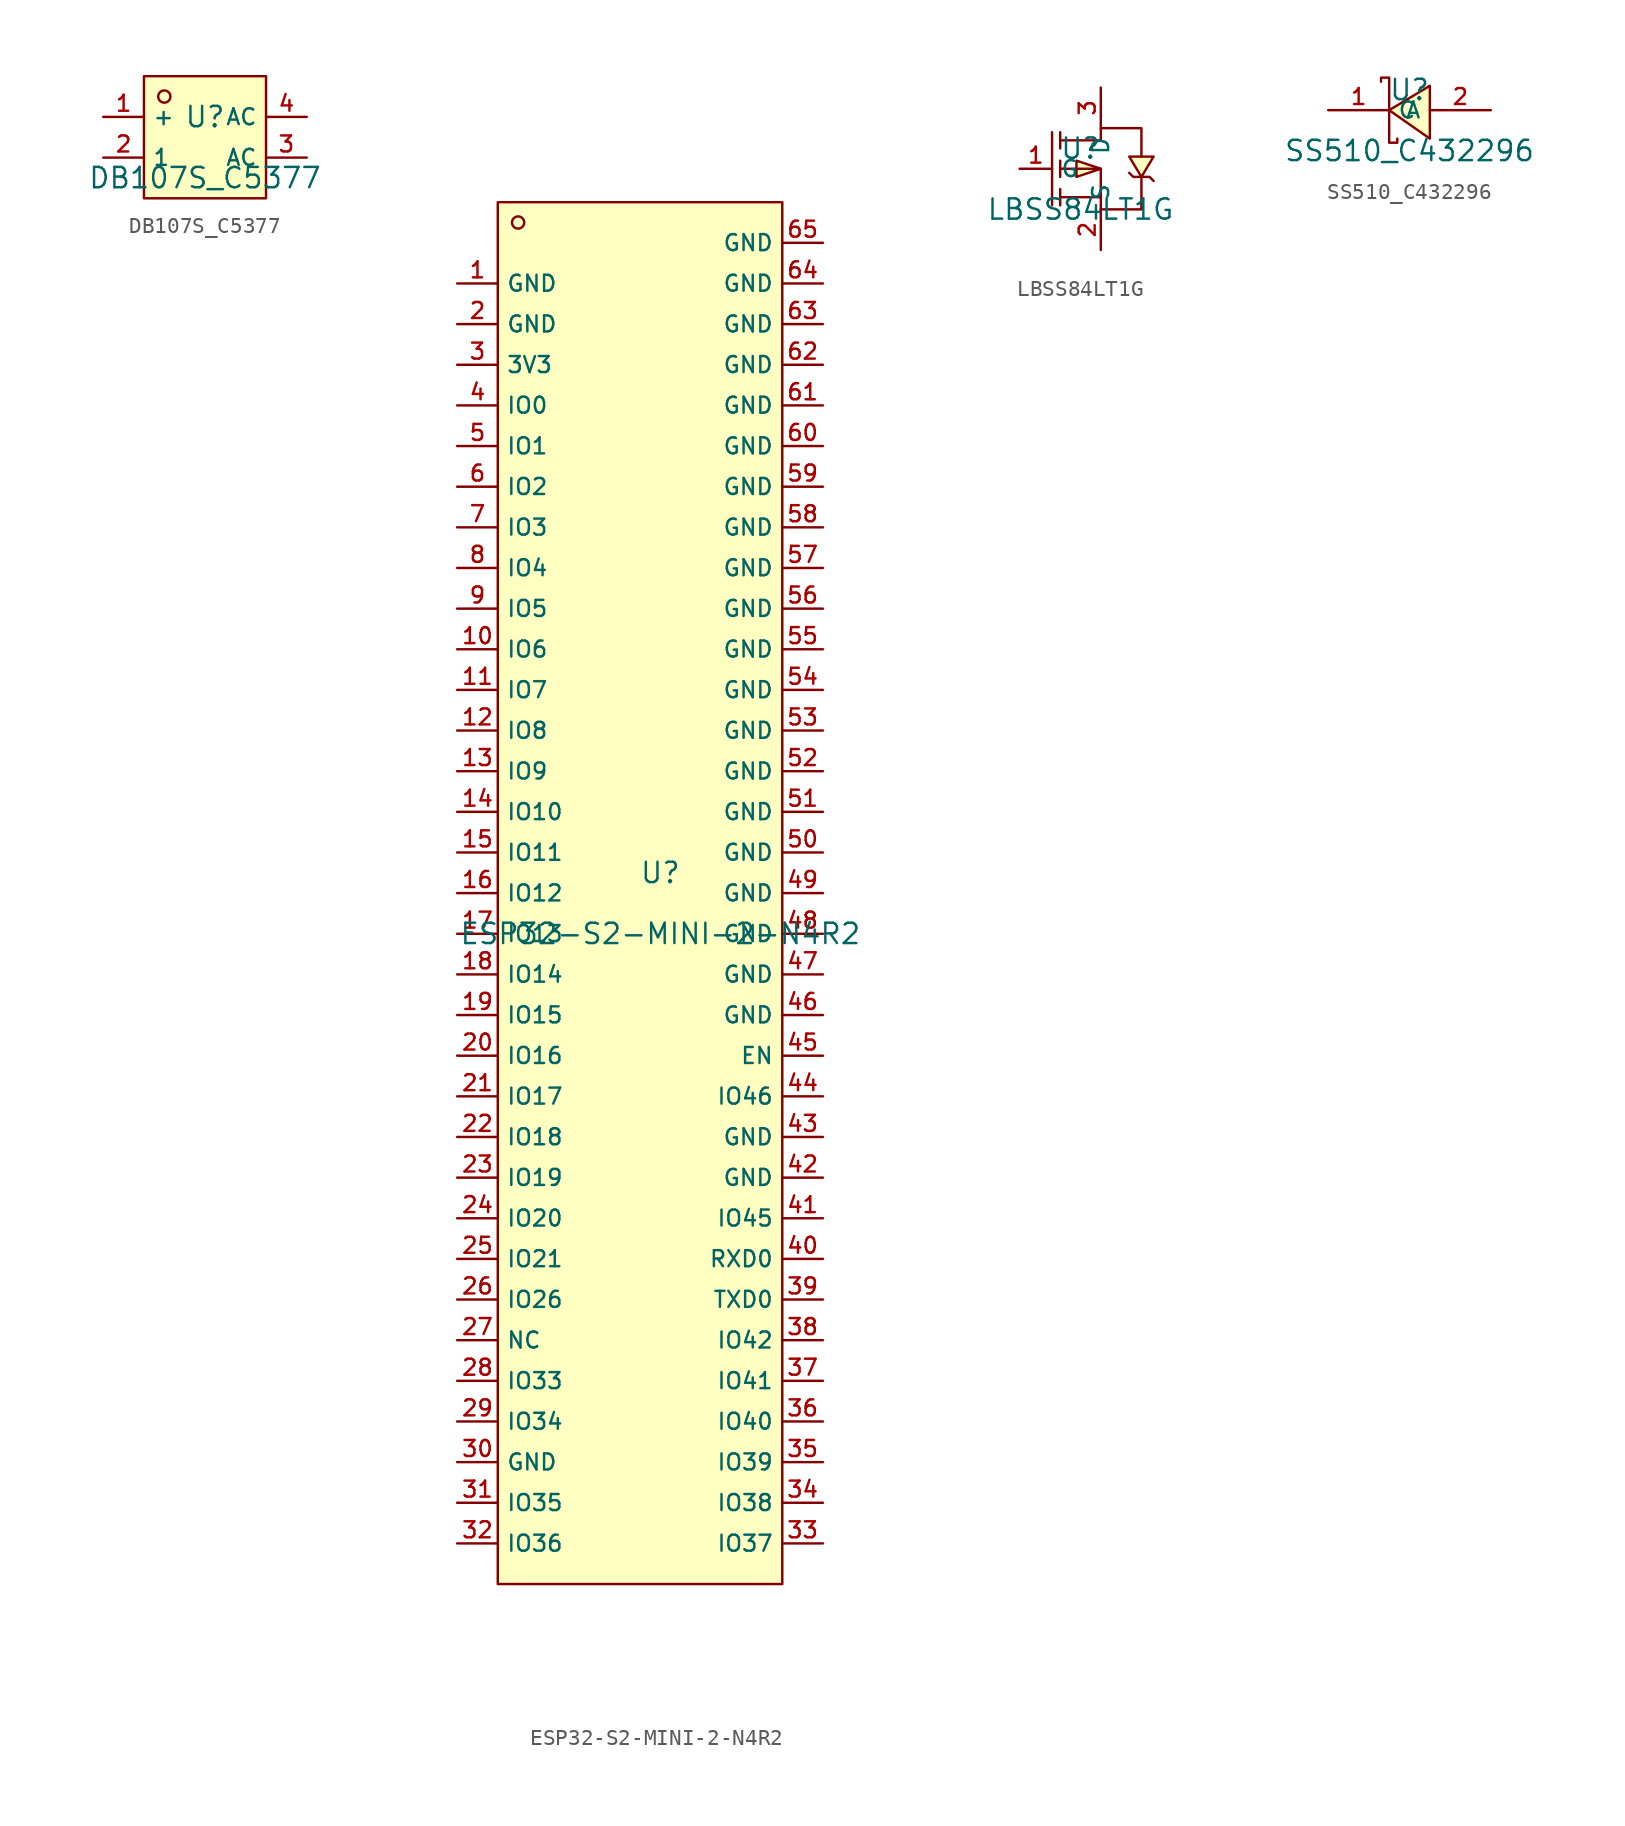
<source format=kicad_sym>
(kicad_symbol_lib
  (version 20210201)
  (generator TousstNicolas/JLC2KiCad_lib)
  (symbol "DB107S_C5377"
    (property "Reference" "U"
      (at 0 1.27 0)
      (effects (font (size 1.27 1.27))))
    (property "Value" "DB107S_C5377"
      (at 0 -2.54 0)
      (effects (font (size 1.27 1.27))))
    (symbol "DB107S_C5377_0_1"
      (rectangle (start -3.81 3.81) (end 3.81 -3.81) (stroke (width 0) (type default) (color 0 0 0 0)) (fill (type background)))
      (circle (center -2.54 2.54) (radius 0.381) (stroke (width 0) (type default) (color 0 0 0 0)) (fill (type background)))
      (pin unspecified line (at -6.35 1.27 0) (length 2.54) (name "+" (effects (font (size 1 1)))) (number "1" (effects (font (size 1 1)))))
      (pin unspecified line (at -6.35 -1.27 0) (length 2.54) (name "1" (effects (font (size 1 1)))) (number "2" (effects (font (size 1 1)))))
      (pin unspecified line (at 6.35 -1.27 180) (length 2.54) (name "AC" (effects (font (size 1 1)))) (number "3" (effects (font (size 1 1)))))
      (pin unspecified line (at 6.35 1.27 180) (length 2.54) (name "AC" (effects (font (size 1 1)))) (number "4" (effects (font (size 1 1)))))))
  (symbol "ESP32-S2-MINI-2-N4R2"
    (property "Reference" "U"
      (at 0 1.27 0)
      (effects (font (size 1.27 1.27))))
    (property "Value" "ESP32-S2-MINI-2-N4R2"
      (at 0 -2.54 0)
      (effects (font (size 1.27 1.27))))
    (symbol "ESP32-S2-MINI-2-N4R2_0_1"
      (pin unspecified line (at 10.16 40.64 180) (length 2.54) (name "GND" (effects (font (size 1 1)))) (number "65" (effects (font (size 1 1)))))
      (pin unspecified line (at 10.16 38.1 180) (length 2.54) (name "GND" (effects (font (size 1 1)))) (number "64" (effects (font (size 1 1)))))
      (pin unspecified line (at 10.16 35.56 180) (length 2.54) (name "GND" (effects (font (size 1 1)))) (number "63" (effects (font (size 1 1)))))
      (pin unspecified line (at 10.16 33.02 180) (length 2.54) (name "GND" (effects (font (size 1 1)))) (number "62" (effects (font (size 1 1)))))
      (pin unspecified line (at 10.16 30.48 180) (length 2.54) (name "GND" (effects (font (size 1 1)))) (number "61" (effects (font (size 1 1)))))
      (pin unspecified line (at 10.16 27.94 180) (length 2.54) (name "GND" (effects (font (size 1 1)))) (number "60" (effects (font (size 1 1)))))
      (pin unspecified line (at 10.16 25.4 180) (length 2.54) (name "GND" (effects (font (size 1 1)))) (number "59" (effects (font (size 1 1)))))
      (pin unspecified line (at 10.16 22.86 180) (length 2.54) (name "GND" (effects (font (size 1 1)))) (number "58" (effects (font (size 1 1)))))
      (pin unspecified line (at 10.16 20.32 180) (length 2.54) (name "GND" (effects (font (size 1 1)))) (number "57" (effects (font (size 1 1)))))
      (pin unspecified line (at 10.16 17.78 180) (length 2.54) (name "GND" (effects (font (size 1 1)))) (number "56" (effects (font (size 1 1)))))
      (pin unspecified line (at 10.16 15.24 180) (length 2.54) (name "GND" (effects (font (size 1 1)))) (number "55" (effects (font (size 1 1)))))
      (pin unspecified line (at 10.16 12.7 180) (length 2.54) (name "GND" (effects (font (size 1 1)))) (number "54" (effects (font (size 1 1)))))
      (pin unspecified line (at 10.16 10.16 180) (length 2.54) (name "GND" (effects (font (size 1 1)))) (number "53" (effects (font (size 1 1)))))
      (pin unspecified line (at 10.16 7.62 180) (length 2.54) (name "GND" (effects (font (size 1 1)))) (number "52" (effects (font (size 1 1)))))
      (pin unspecified line (at 10.16 5.08 180) (length 2.54) (name "GND" (effects (font (size 1 1)))) (number "51" (effects (font (size 1 1)))))
      (pin unspecified line (at 10.16 2.54 180) (length 2.54) (name "GND" (effects (font (size 1 1)))) (number "50" (effects (font (size 1 1)))))
      (pin unspecified line (at 10.16 -0.0 180) (length 2.54) (name "GND" (effects (font (size 1 1)))) (number "49" (effects (font (size 1 1)))))
      (pin unspecified line (at 10.16 -2.54 180) (length 2.54) (name "GND" (effects (font (size 1 1)))) (number "48" (effects (font (size 1 1)))))
      (pin unspecified line (at 10.16 -5.08 180) (length 2.54) (name "GND" (effects (font (size 1 1)))) (number "47" (effects (font (size 1 1)))))
      (pin unspecified line (at 10.16 -7.62 180) (length 2.54) (name "GND" (effects (font (size 1 1)))) (number "46" (effects (font (size 1 1)))))
      (pin unspecified line (at 10.16 -10.16 180) (length 2.54) (name "EN" (effects (font (size 1 1)))) (number "45" (effects (font (size 1 1)))))
      (pin unspecified line (at 10.16 -12.7 180) (length 2.54) (name "IO46" (effects (font (size 1 1)))) (number "44" (effects (font (size 1 1)))))
      (pin unspecified line (at 10.16 -15.24 180) (length 2.54) (name "GND" (effects (font (size 1 1)))) (number "43" (effects (font (size 1 1)))))
      (pin unspecified line (at 10.16 -17.78 180) (length 2.54) (name "GND" (effects (font (size 1 1)))) (number "42" (effects (font (size 1 1)))))
      (pin unspecified line (at 10.16 -20.32 180) (length 2.54) (name "IO45" (effects (font (size 1 1)))) (number "41" (effects (font (size 1 1)))))
      (pin unspecified line (at 10.16 -22.86 180) (length 2.54) (name "RXD0" (effects (font (size 1 1)))) (number "40" (effects (font (size 1 1)))))
      (pin unspecified line (at 10.16 -25.4 180) (length 2.54) (name "TXD0" (effects (font (size 1 1)))) (number "39" (effects (font (size 1 1)))))
      (pin unspecified line (at 10.16 -27.94 180) (length 2.54) (name "IO42" (effects (font (size 1 1)))) (number "38" (effects (font (size 1 1)))))
      (pin unspecified line (at 10.16 -30.48 180) (length 2.54) (name "IO41" (effects (font (size 1 1)))) (number "37" (effects (font (size 1 1)))))
      (pin unspecified line (at 10.16 -33.02 180) (length 2.54) (name "IO40" (effects (font (size 1 1)))) (number "36" (effects (font (size 1 1)))))
      (pin unspecified line (at 10.16 -35.56 180) (length 2.54) (name "IO39" (effects (font (size 1 1)))) (number "35" (effects (font (size 1 1)))))
      (pin unspecified line (at 10.16 -38.1 180) (length 2.54) (name "IO38" (effects (font (size 1 1)))) (number "34" (effects (font (size 1 1)))))
      (pin unspecified line (at 10.16 -40.64 180) (length 2.54) (name "IO37" (effects (font (size 1 1)))) (number "33" (effects (font (size 1 1)))))
      (pin unspecified line (at -12.7 -40.64 0) (length 2.54) (name "IO36" (effects (font (size 1 1)))) (number "32" (effects (font (size 1 1)))))
      (pin unspecified line (at -12.7 -38.1 0) (length 2.54) (name "IO35" (effects (font (size 1 1)))) (number "31" (effects (font (size 1 1)))))
      (pin unspecified line (at -12.7 -35.56 0) (length 2.54) (name "GND" (effects (font (size 1 1)))) (number "30" (effects (font (size 1 1)))))
      (pin unspecified line (at -12.7 -33.02 0) (length 2.54) (name "IO34" (effects (font (size 1 1)))) (number "29" (effects (font (size 1 1)))))
      (pin unspecified line (at -12.7 -30.48 0) (length 2.54) (name "IO33" (effects (font (size 1 1)))) (number "28" (effects (font (size 1 1)))))
      (pin unspecified line (at -12.7 -27.94 0) (length 2.54) (name "NC" (effects (font (size 1 1)))) (number "27" (effects (font (size 1 1)))))
      (pin unspecified line (at -12.7 -25.4 0) (length 2.54) (name "IO26" (effects (font (size 1 1)))) (number "26" (effects (font (size 1 1)))))
      (pin unspecified line (at -12.7 -22.86 0) (length 2.54) (name "IO21" (effects (font (size 1 1)))) (number "25" (effects (font (size 1 1)))))
      (pin unspecified line (at -12.7 -20.32 0) (length 2.54) (name "IO20" (effects (font (size 1 1)))) (number "24" (effects (font (size 1 1)))))
      (pin unspecified line (at -12.7 -17.78 0) (length 2.54) (name "IO19" (effects (font (size 1 1)))) (number "23" (effects (font (size 1 1)))))
      (pin unspecified line (at -12.7 -15.24 0) (length 2.54) (name "IO18" (effects (font (size 1 1)))) (number "22" (effects (font (size 1 1)))))
      (pin unspecified line (at -12.7 -12.7 0) (length 2.54) (name "IO17" (effects (font (size 1 1)))) (number "21" (effects (font (size 1 1)))))
      (pin unspecified line (at -12.7 -10.16 0) (length 2.54) (name "IO16" (effects (font (size 1 1)))) (number "20" (effects (font (size 1 1)))))
      (pin unspecified line (at -12.7 -7.62 0) (length 2.54) (name "IO15" (effects (font (size 1 1)))) (number "19" (effects (font (size 1 1)))))
      (pin unspecified line (at -12.7 -5.08 0) (length 2.54) (name "IO14" (effects (font (size 1 1)))) (number "18" (effects (font (size 1 1)))))
      (pin unspecified line (at -12.7 -2.54 0) (length 2.54) (name "IO13" (effects (font (size 1 1)))) (number "17" (effects (font (size 1 1)))))
      (pin unspecified line (at -12.7 -0.0 0) (length 2.54) (name "IO12" (effects (font (size 1 1)))) (number "16" (effects (font (size 1 1)))))
      (pin unspecified line (at -12.7 2.54 0) (length 2.54) (name "IO11" (effects (font (size 1 1)))) (number "15" (effects (font (size 1 1)))))
      (pin unspecified line (at -12.7 5.08 0) (length 2.54) (name "IO10" (effects (font (size 1 1)))) (number "14" (effects (font (size 1 1)))))
      (pin unspecified line (at -12.7 7.62 0) (length 2.54) (name "IO9" (effects (font (size 1 1)))) (number "13" (effects (font (size 1 1)))))
      (pin unspecified line (at -12.7 10.16 0) (length 2.54) (name "IO8" (effects (font (size 1 1)))) (number "12" (effects (font (size 1 1)))))
      (pin unspecified line (at -12.7 12.7 0) (length 2.54) (name "IO7" (effects (font (size 1 1)))) (number "11" (effects (font (size 1 1)))))
      (pin unspecified line (at -12.7 15.24 0) (length 2.54) (name "IO6" (effects (font (size 1 1)))) (number "10" (effects (font (size 1 1)))))
      (pin unspecified line (at -12.7 17.78 0) (length 2.54) (name "IO5" (effects (font (size 1 1)))) (number "9" (effects (font (size 1 1)))))
      (pin unspecified line (at -12.7 20.32 0) (length 2.54) (name "IO4" (effects (font (size 1 1)))) (number "8" (effects (font (size 1 1)))))
      (pin unspecified line (at -12.7 22.86 0) (length 2.54) (name "IO3" (effects (font (size 1 1)))) (number "7" (effects (font (size 1 1)))))
      (pin unspecified line (at -12.7 25.4 0) (length 2.54) (name "IO2" (effects (font (size 1 1)))) (number "6" (effects (font (size 1 1)))))
      (pin unspecified line (at -12.7 27.94 0) (length 2.54) (name "IO1" (effects (font (size 1 1)))) (number "5" (effects (font (size 1 1)))))
      (pin unspecified line (at -12.7 30.48 0) (length 2.54) (name "IO0" (effects (font (size 1 1)))) (number "4" (effects (font (size 1 1)))))
      (pin unspecified line (at -12.7 33.02 0) (length 2.54) (name "3V3" (effects (font (size 1 1)))) (number "3" (effects (font (size 1 1)))))
      (pin unspecified line (at -12.7 35.56 0) (length 2.54) (name "GND" (effects (font (size 1 1)))) (number "2" (effects (font (size 1 1)))))
      (pin unspecified line (at -12.7 38.1 0) (length 2.54) (name "GND" (effects (font (size 1 1)))) (number "1" (effects (font (size 1 1)))))
      (circle (center -8.89 41.91) (radius 0.381) (stroke (width 0) (type default) (color 0 0 0 0)) (fill (type background)))
      (rectangle (start -10.16 43.18) (end 7.62 -43.18) (stroke (width 0) (type default) (color 0 0 0 0)) (fill (type background)))))
  (symbol "LBSS84LT1G"
    (property "Reference" "U"
      (at 0 1.27 0)
      (effects (font (size 1.27 1.27))))
    (property "Value" "LBSS84LT1G"
      (at 0 -2.54 0)
      (effects (font (size 1.27 1.27))))
    (symbol "LBSS84LT1G_0_1"
      (polyline (pts (xy 1.27 -0.0) (xy -0.254 0.508) (xy -0.254 -0.508) (xy 1.27 -0.0)) (stroke (width 0) (type default) (color 0 0 0 0)) (fill (type background)))
      (polyline (pts (xy 3.81 -0.508) (xy 4.572 0.762) (xy 3.048 0.762) (xy 3.81 -0.508)) (stroke (width 0) (type default) (color 0 0 0 0)) (fill (type background)))
      (polyline (pts (xy 1.27 -2.54) (xy 3.81 -2.54) (xy 3.81 -0.508)) (stroke (width 0) (type default) (color 0 0 0 0)) (fill (type none)))
      (polyline (pts (xy 1.27 1.778) (xy 1.27 2.54) (xy 3.81 2.54) (xy 3.81 0.762)) (stroke (width 0) (type default) (color 0 0 0 0)) (fill (type none)))
      (polyline (pts (xy 1.27 1.778) (xy -1.27 1.778)) (stroke (width 0) (type default) (color 0 0 0 0)) (fill (type none)))
      (polyline (pts (xy -1.27 -0.0) (xy 1.27 -0.0) (xy 1.27 -2.54)) (stroke (width 0) (type default) (color 0 0 0 0)) (fill (type none)))
      (polyline (pts (xy 1.27 -1.778) (xy -1.27 -1.778)) (stroke (width 0) (type default) (color 0 0 0 0)) (fill (type none)))
      (polyline (pts (xy -1.778 2.286) (xy -1.778 -2.286)) (stroke (width 0) (type default) (color 0 0 0 0)) (fill (type none)))
      (polyline (pts (xy -1.27 1.27) (xy -1.27 2.286)) (stroke (width 0) (type default) (color 0 0 0 0)) (fill (type none)))
      (polyline (pts (xy -1.27 -0.508) (xy -1.27 0.508)) (stroke (width 0) (type default) (color 0 0 0 0)) (fill (type none)))
      (polyline (pts (xy -1.27 -2.286) (xy -1.27 -1.27)) (stroke (width 0) (type default) (color 0 0 0 0)) (fill (type none)))
      (polyline (pts (xy 4.572 -0.762) (xy 4.318 -0.508) (xy 3.302 -0.508) (xy 3.048 -0.254)) (stroke (width 0) (type default) (color 0 0 0 0)) (fill (type none)))
      (pin unspecified line (at 1.27 5.08 270) (length 2.54) (name "D" (effects (font (size 1 1)))) (number "3" (effects (font (size 1 1)))))
      (pin unspecified line (at -3.81 -0.0 0) (length 2.032) (name "G" (effects (font (size 1 1)))) (number "1" (effects (font (size 1 1)))))
      (pin unspecified line (at 1.27 -5.08 90) (length 2.54) (name "S" (effects (font (size 1 1)))) (number "2" (effects (font (size 1 1)))))))
  (symbol "SS510_C432296"
    (property "Reference" "U"
      (at 0 1.27 0)
      (effects (font (size 1.27 1.27))))
    (property "Value" "SS510_C432296"
      (at 0 -2.54 0)
      (effects (font (size 1.27 1.27))))
    (symbol "SS510_C432296_0_1"
      (pin unspecified line (at -5.08 -0.0 0) (length 3.81) (name "C" (effects (font (size 1 1)))) (number "1" (effects (font (size 1 1)))))
      (pin unspecified line (at 5.08 -0.0 180) (length 3.81) (name "A" (effects (font (size 1 1)))) (number "2" (effects (font (size 1 1)))))
      (polyline (pts (xy -1.778 1.778) (xy -1.778 2.032) (xy -1.27 2.032) (xy -1.27 -2.032) (xy -0.762 -2.032) (xy -0.762 -1.778)) (stroke (width 0) (type default) (color 0 0 0 0)) (fill (type none)))
      (polyline (pts (xy 1.27 1.524) (xy -1.27 -0.0) (xy 1.27 -1.778) (xy 1.27 1.524)) (stroke (width 0) (type default) (color 0 0 0 0)) (fill (type background))))))
</source>
